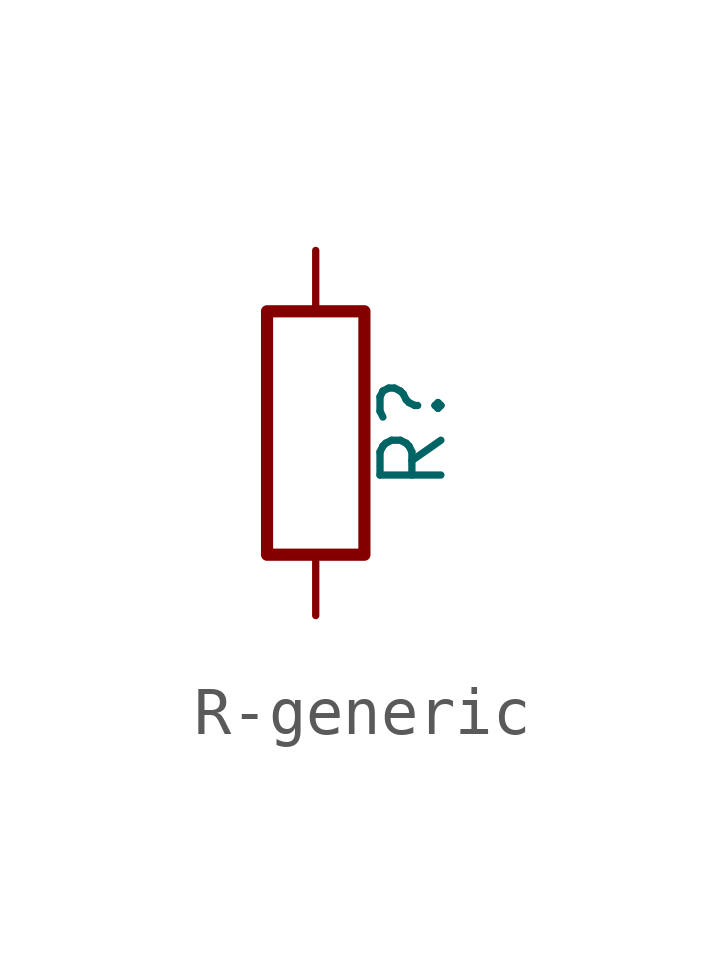
<source format=kicad_sym>
(kicad_symbol_lib
  (version 20220914)
  (generator kicad_symbol_editor)
  (symbol "R-generic"
    (pin_numbers hide)
    (pin_names
      (offset 0) hide)
    (property "Reference" "R"
      (at 2.032 0 90)
      (effects (font (size 1.27 1.27))))
    (symbol "R-generic_0_1"
      (rectangle (start -1.016 -2.54) (end 1.016 2.54) (stroke (width 0.254) (type solid)) (fill (type none))))
    (symbol "R-generic_1_1"
      (pin passive line (at 0 3.81 270) (length 1.27) (name "~" (effects (font (size 1.27 1.27)))) (number "1" (effects (font (size 1.27 1.27)))))
      (pin passive line (at 0 -3.81 90) (length 1.27) (name "~" (effects (font (size 1.27 1.27)))) (number "2" (effects (font (size 1.27 1.27))))))))
</source>
